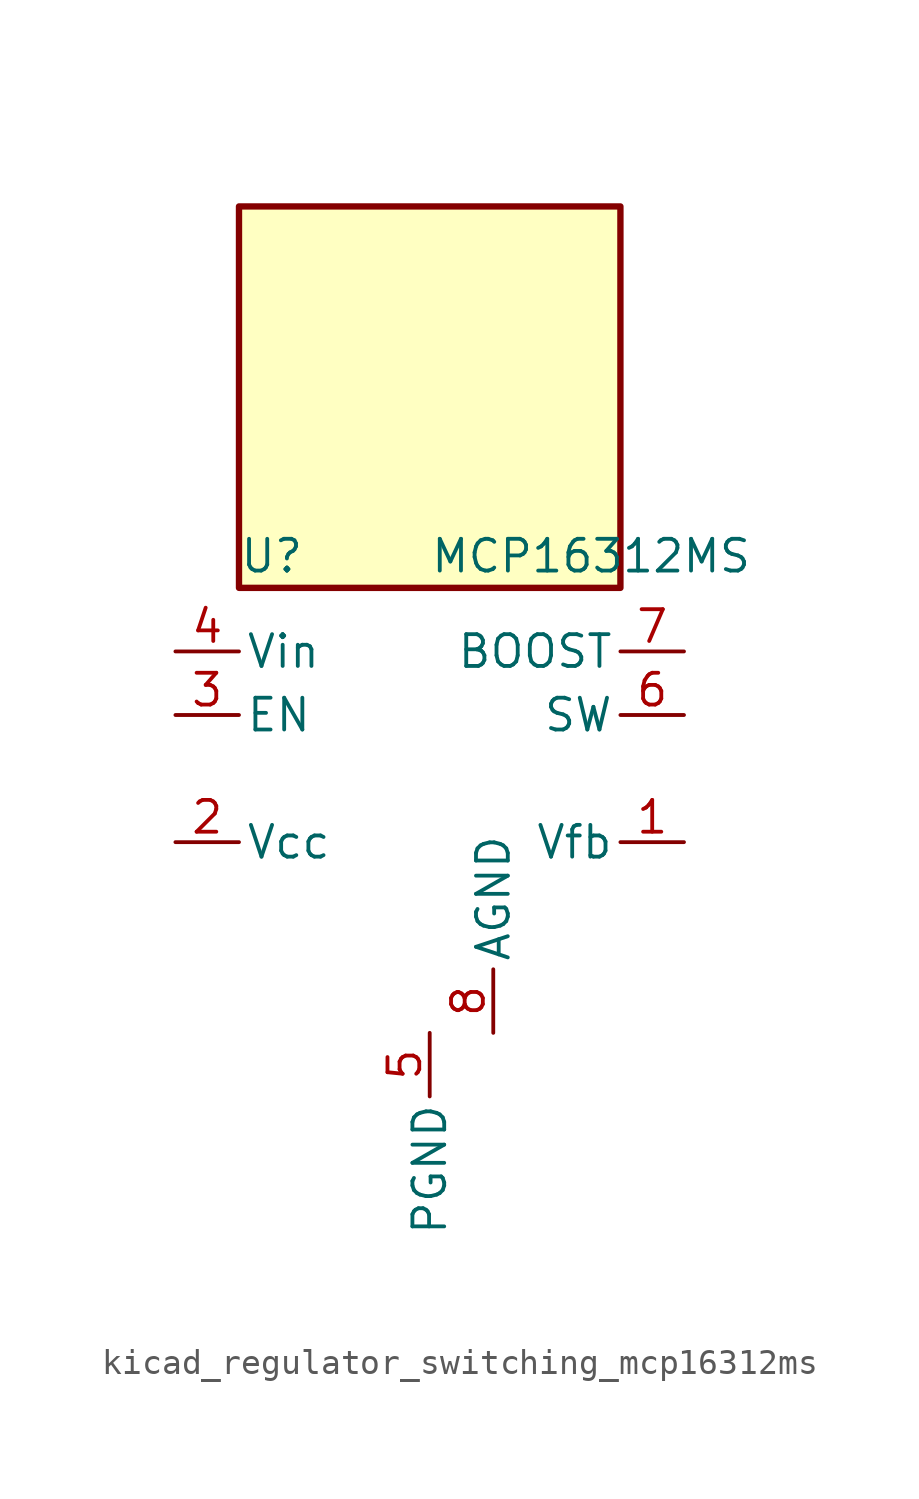
<source format=kicad_sym>
(kicad_symbol_lib
  (version 20220914)
  (generator kicad_symbol_editor)
  (symbol "kicad_regulator_switching_mcp16312ms"
    (pin_names
      (offset 0.254))
    (property "Reference" "U"
      (at -7.62 11.43 0)
      (effects (font (size 1.27 1.27)) (justify left)))
    (property "Value" "MCP16312MS"
      (at 0 11.43 0)
      (effects (font (size 1.27 1.27)) (justify left)))
    (symbol "kicad_regulator_switching_mcp16312ms_0_1"
      (rectangle (start 7.62 25.4) (end -7.62 10.16) (stroke (width 0.254) (type default)) (fill (type background))))
    (symbol "kicad_regulator_switching_mcp16312ms_1_1"
      (pin input line (at 10.16 0 180) (length 2.54) (name "Vfb" (effects (font (size 1.27 1.27)))) (number "1" (effects (font (size 1.27 1.27)))))
      (pin power_out line (at -10.16 0 0) (length 2.54) (name "Vcc" (effects (font (size 1.27 1.27)))) (number "2" (effects (font (size 1.27 1.27)))))
      (pin input line (at -10.16 5.08 0) (length 2.54) (name "EN" (effects (font (size 1.27 1.27)))) (number "3" (effects (font (size 1.27 1.27)))))
      (pin power_in line (at -10.16 7.62 0) (length 2.54) (name "Vin" (effects (font (size 1.27 1.27)))) (number "4" (effects (font (size 1.27 1.27)))))
      (pin power_in line (at 0 -7.62 270) (length 2.54) (name "PGND" (effects (font (size 1.27 1.27)))) (number "5" (effects (font (size 1.27 1.27)))))
      (pin output line (at 10.16 5.08 180) (length 2.54) (name "SW" (effects (font (size 1.27 1.27)))) (number "6" (effects (font (size 1.27 1.27)))))
      (pin output line (at 10.16 7.62 180) (length 2.54) (name "BOOST" (effects (font (size 1.27 1.27)))) (number "7" (effects (font (size 1.27 1.27)))))
      (pin power_in line (at 2.54 -7.62 90) (length 2.54) (name "AGND" (effects (font (size 1.27 1.27)))) (number "8" (effects (font (size 1.27 1.27))))))))
</source>
